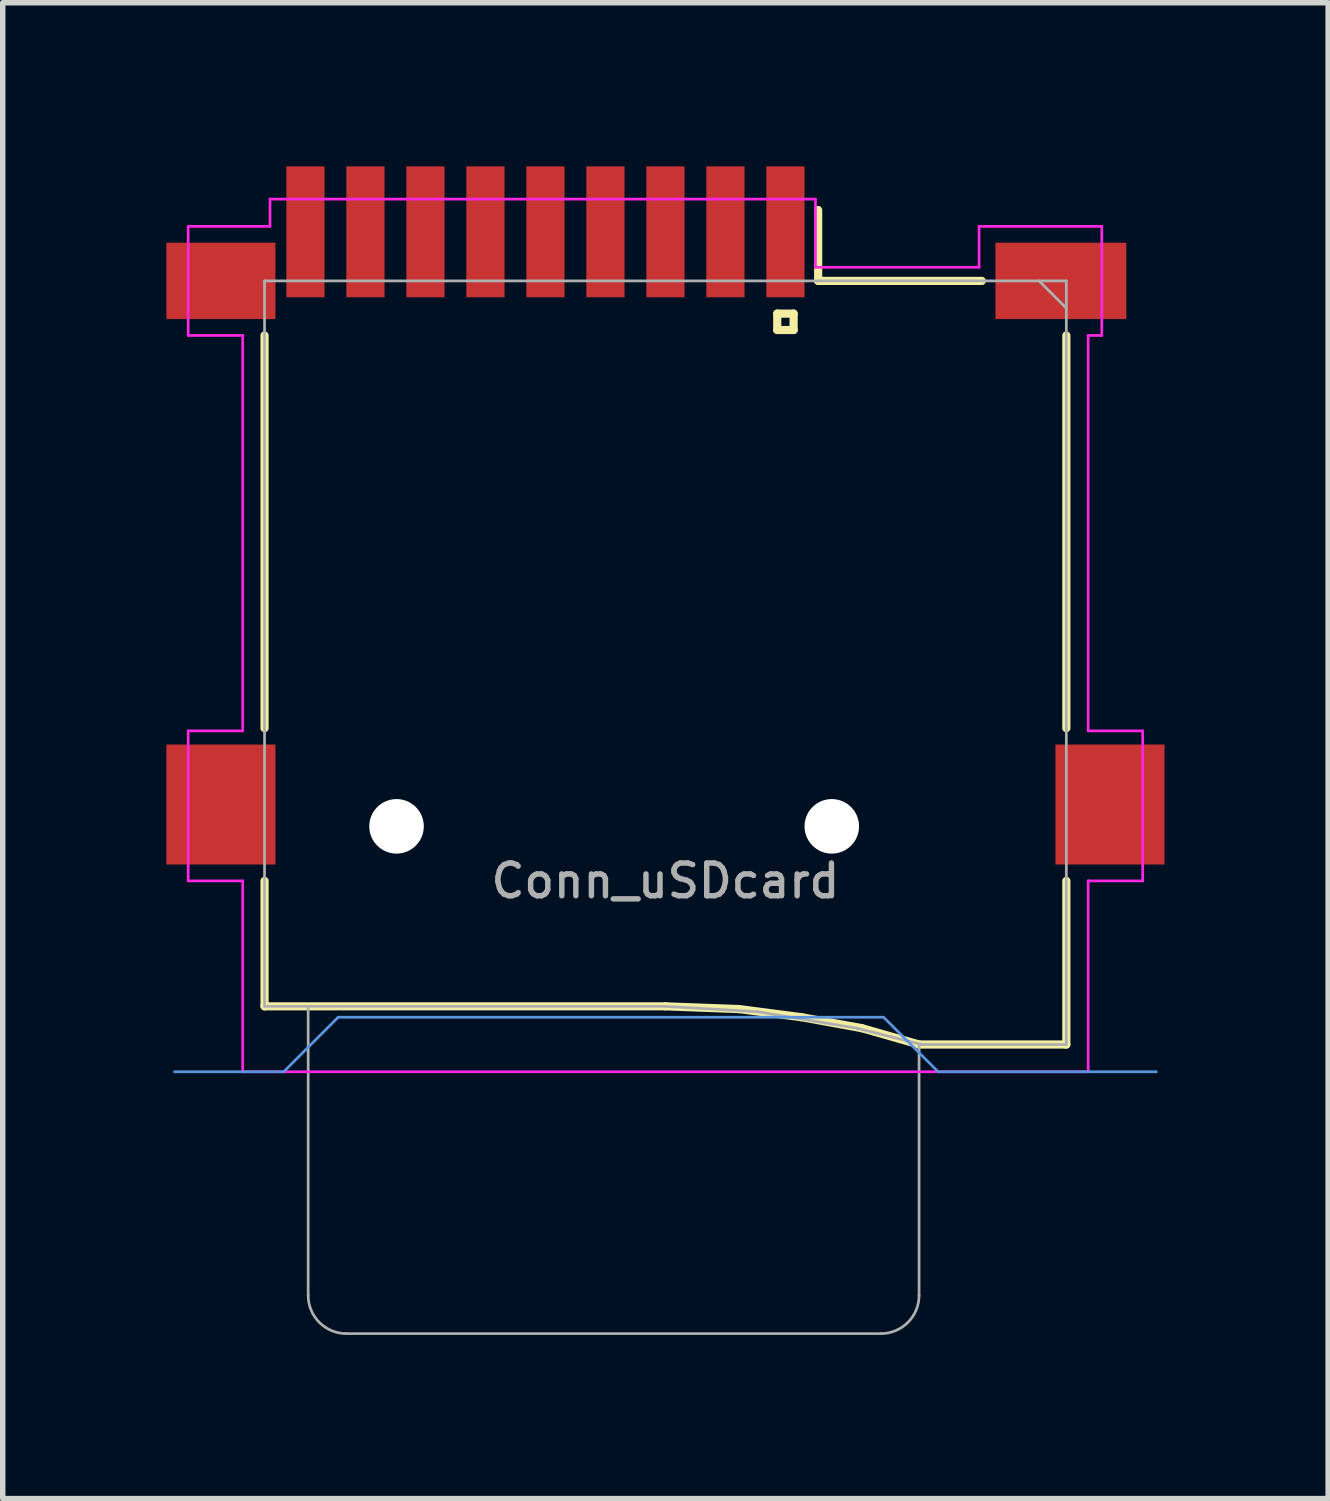
<source format=kicad_pcb>
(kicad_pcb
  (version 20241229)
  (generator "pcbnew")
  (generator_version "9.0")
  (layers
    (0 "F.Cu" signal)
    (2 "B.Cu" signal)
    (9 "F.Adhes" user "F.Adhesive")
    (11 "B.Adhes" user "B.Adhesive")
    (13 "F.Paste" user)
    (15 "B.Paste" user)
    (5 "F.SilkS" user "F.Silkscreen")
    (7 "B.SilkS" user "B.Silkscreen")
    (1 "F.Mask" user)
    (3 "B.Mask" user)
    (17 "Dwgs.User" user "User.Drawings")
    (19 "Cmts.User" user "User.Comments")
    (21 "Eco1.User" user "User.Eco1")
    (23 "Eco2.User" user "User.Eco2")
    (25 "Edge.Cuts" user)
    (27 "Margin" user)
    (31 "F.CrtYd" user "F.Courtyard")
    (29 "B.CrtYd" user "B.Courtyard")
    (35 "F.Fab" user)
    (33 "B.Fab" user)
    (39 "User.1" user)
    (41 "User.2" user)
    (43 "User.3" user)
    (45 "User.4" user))
  (footprint "Conn_uSDcard"
    (layer "F.Cu")
    (at 9.15 12.1)
    (property "Reference" "Conn_uSDcard" (at 0 1 180) (layer "F.Fab") (effects (font (size 0.6 0.6) (thickness 0.1))))
    (attr through_hole)
    (fp_line (start -7.35 -1.8) (end -7.35 -9) (stroke (width 0.15) (type solid)) (layer "F.SilkS"))
    (fp_line (start -7.35 1) (end -7.35 3.3) (stroke (width 0.15) (type solid)) (layer "F.SilkS"))
    (fp_line (start -7.35 3.3) (end 0 3.3) (stroke (width 0.15) (type solid)) (layer "F.SilkS"))
    (fp_line (start 0 3.3) (end 1.35 3.35) (stroke (width 0.15) (type solid)) (layer "F.SilkS"))
    (fp_line (start 1.35 3.35) (end 2.5 3.5) (stroke (width 0.15) (type solid)) (layer "F.SilkS"))
    (fp_line (start 2.05 -9.4) (end 2.05 -9.1) (stroke (width 0.15) (type solid)) (layer "F.SilkS"))
    (fp_line (start 2.05 -9.1) (end 2.35 -9.1) (stroke (width 0.15) (type solid)) (layer "F.SilkS"))
    (fp_line (start 2.35 -9.4) (end 2.05 -9.4) (stroke (width 0.15) (type solid)) (layer "F.SilkS"))
    (fp_line (start 2.35 -9.1) (end 2.35 -9.4) (stroke (width 0.15) (type solid)) (layer "F.SilkS"))
    (fp_line (start 2.5 3.5) (end 3.6 3.7) (stroke (width 0.15) (type solid)) (layer "F.SilkS"))
    (fp_line (start 2.8 -10) (end 2.8 -11.3) (stroke (width 0.15) (type solid)) (layer "F.SilkS"))
    (fp_line (start 2.8 -10) (end 5.8 -10) (stroke (width 0.15) (type solid)) (layer "F.SilkS"))
    (fp_line (start 3.6 3.7) (end 4.65 4) (stroke (width 0.15) (type solid)) (layer "F.SilkS"))
    (fp_line (start 4.65 4) (end 7.35 4) (stroke (width 0.15) (type solid)) (layer "F.SilkS"))
    (fp_line (start 7.35 -9) (end 7.35 -1.8) (stroke (width 0.15) (type solid)) (layer "F.SilkS"))
    (fp_line (start 7.35 4) (end 7.35 1) (stroke (width 0.15) (type solid)) (layer "F.SilkS"))
    (fp_line (start -9 4.5) (end -7 4.5) (stroke (width 0.05) (type solid)) (layer "Cmts.User"))
    (fp_line (start -7 4.5) (end -6 3.5) (stroke (width 0.05) (type solid)) (layer "Cmts.User"))
    (fp_line (start -6 3.5) (end 4 3.5) (stroke (width 0.05) (type solid)) (layer "Cmts.User"))
    (fp_line (start 4 3.5) (end 5 4.5) (stroke (width 0.05) (type solid)) (layer "Cmts.User"))
    (fp_line (start 5 4.5) (end 9 4.5) (stroke (width 0.05) (type solid)) (layer "Cmts.User"))
    (fp_line (start -8.75 -11) (end -7.25 -11) (stroke (width 0.05) (type solid)) (layer "F.CrtYd"))
    (fp_line (start -8.75 -9) (end -8.75 -11) (stroke (width 0.05) (type solid)) (layer "F.CrtYd"))
    (fp_line (start -8.75 -1.75) (end -7.75 -1.75) (stroke (width 0.05) (type solid)) (layer "F.CrtYd"))
    (fp_line (start -8.75 1) (end -8.75 -1.75) (stroke (width 0.05) (type solid)) (layer "F.CrtYd"))
    (fp_line (start -7.75 -9) (end -8.75 -9) (stroke (width 0.05) (type solid)) (layer "F.CrtYd"))
    (fp_line (start -7.75 -1.75) (end -7.75 -9) (stroke (width 0.05) (type solid)) (layer "F.CrtYd"))
    (fp_line (start -7.75 1) (end -8.75 1) (stroke (width 0.05) (type solid)) (layer "F.CrtYd"))
    (fp_line (start -7.75 4.5) (end -7.75 1) (stroke (width 0.05) (type solid)) (layer "F.CrtYd"))
    (fp_line (start -7.75 4.5) (end 7.75 4.5) (stroke (width 0.05) (type solid)) (layer "F.CrtYd"))
    (fp_line (start -7.25 -11.5) (end 2.75 -11.5) (stroke (width 0.05) (type solid)) (layer "F.CrtYd"))
    (fp_line (start -7.25 -11) (end -7.25 -11.5) (stroke (width 0.05) (type solid)) (layer "F.CrtYd"))
    (fp_line (start 2.75 -11.5) (end 2.75 -10.25) (stroke (width 0.05) (type solid)) (layer "F.CrtYd"))
    (fp_line (start 2.75 -10.25) (end 5.75 -10.25) (stroke (width 0.05) (type solid)) (layer "F.CrtYd"))
    (fp_line (start 5.75 -11) (end 8 -11) (stroke (width 0.05) (type solid)) (layer "F.CrtYd"))
    (fp_line (start 5.75 -10.25) (end 5.75 -11) (stroke (width 0.05) (type solid)) (layer "F.CrtYd"))
    (fp_line (start 7.75 -9) (end 7.75 -1.75) (stroke (width 0.05) (type solid)) (layer "F.CrtYd"))
    (fp_line (start 7.75 -1.75) (end 8.75 -1.75) (stroke (width 0.05) (type solid)) (layer "F.CrtYd"))
    (fp_line (start 7.75 1) (end 7.75 4.5) (stroke (width 0.05) (type solid)) (layer "F.CrtYd"))
    (fp_line (start 8 -11) (end 8 -9) (stroke (width 0.05) (type solid)) (layer "F.CrtYd"))
    (fp_line (start 8 -9) (end 7.75 -9) (stroke (width 0.05) (type solid)) (layer "F.CrtYd"))
    (fp_line (start 8.75 -1.75) (end 8.75 1) (stroke (width 0.05) (type solid)) (layer "F.CrtYd"))
    (fp_line (start 8.75 1) (end 7.75 1) (stroke (width 0.05) (type solid)) (layer "F.CrtYd"))
    (fp_line (start -7.35 -10) (end -7.35 3.3) (stroke (width 0.05) (type solid)) (layer "F.Fab"))
    (fp_line (start -7.35 -10) (end 7.35 -10) (stroke (width 0.05) (type solid)) (layer "F.Fab"))
    (fp_line (start -7.35 3.3) (end 0 3.3) (stroke (width 0.05) (type solid)) (layer "F.Fab"))
    (fp_line (start -6.55 8.6) (end -6.55 3.3) (stroke (width 0.05) (type solid)) (layer "F.Fab"))
    (fp_line (start -5.85 9.3) (end 3.95 9.3) (stroke (width 0.05) (type solid)) (layer "F.Fab"))
    (fp_line (start 0 3.3) (end 1.7 3.4) (stroke (width 0.05) (type solid)) (layer "F.Fab"))
    (fp_line (start 1.7 3.4) (end 3.5 3.7) (stroke (width 0.05) (type solid)) (layer "F.Fab"))
    (fp_line (start 3.5 3.7) (end 4.7 4) (stroke (width 0.05) (type solid)) (layer "F.Fab"))
    (fp_line (start 4.65 4) (end 7.35 4) (stroke (width 0.05) (type solid)) (layer "F.Fab"))
    (fp_line (start 4.65 8.6) (end 4.65 4) (stroke (width 0.05) (type solid)) (layer "F.Fab"))
    (fp_line (start 7.35 -10) (end 7.35 4) (stroke (width 0.05) (type solid)) (layer "F.Fab"))
    (fp_line (start 7.35 -9.5) (end 6.85 -10) (stroke (width 0.05) (type solid)) (layer "F.Fab"))
    (fp_arc (start -5.85 9.3) (mid -6.344975 9.094975) (end -6.55 8.6) (stroke (width 0.05) (type solid)) (layer "F.Fab"))
    (fp_arc (start 4.65 8.6) (mid 4.444975 9.094975) (end 3.95 9.3) (stroke (width 0.05) (type solid)) (layer "F.Fab"))
    (fp_text user "${REFERENCE}" (at 2.1 -9.35 180) (layer "Eco1.User") (effects (font (size 0.3 0.3) (thickness 0.03))))
    (pad "" np_thru_hole circle (at -4.93 0) (size 1 1) (drill 1) (layers "*.Cu"))
    (pad "" np_thru_hole circle (at 3.05 0) (size 1 1) (drill 1) (layers "*.Cu"))
    (pad "1" smd rect (at 2.2 -10.9) (size 0.7 2.4) (layers "F.Cu" "F.Mask" "F.Paste"))
    (pad "2" smd rect (at 1.1 -10.9) (size 0.7 2.4) (layers "F.Cu" "F.Mask" "F.Paste"))
    (pad "3" smd rect (at 0 -10.9) (size 0.7 2.4) (layers "F.Cu" "F.Mask" "F.Paste"))
    (pad "4" smd rect (at -1.1 -10.9) (size 0.7 2.4) (layers "F.Cu" "F.Mask" "F.Paste"))
    (pad "5" smd rect (at -2.2 -10.9) (size 0.7 2.4) (layers "F.Cu" "F.Mask" "F.Paste"))
    (pad "6" smd rect (at -8.15 -10) (size 2 1.4) (layers "F.Cu" "F.Mask" "F.Paste"))
    (pad "6" smd rect (at -8.15 -0.4) (size 2 2.2) (layers "F.Cu" "F.Mask" "F.Paste"))
    (pad "6" smd rect (at -3.3 -10.9) (size 0.7 2.4) (layers "F.Cu" "F.Mask" "F.Paste"))
    (pad "6" smd rect (at 7.25 -10) (size 2.4 1.4) (layers "F.Cu" "F.Mask" "F.Paste"))
    (pad "6" smd rect (at 8.15 -0.4) (size 2 2.2) (layers "F.Cu" "F.Mask" "F.Paste"))
    (pad "7" smd rect (at -4.4 -10.9) (size 0.7 2.4) (layers "F.Cu" "F.Mask" "F.Paste"))
    (pad "8" smd rect (at -5.5 -10.9) (size 0.7 2.4) (layers "F.Cu" "F.Mask" "F.Paste"))
    (pad "9" smd rect (at -6.6 -10.9) (size 0.7 2.4) (layers "F.Cu" "F.Mask" "F.Paste")))
  (gr_rect
    (start -3 -3)
    (end 21.3 24.425)
    (stroke (width 0.1) (type default))
    (fill no)
    (layer "Edge.Cuts")))
</source>
